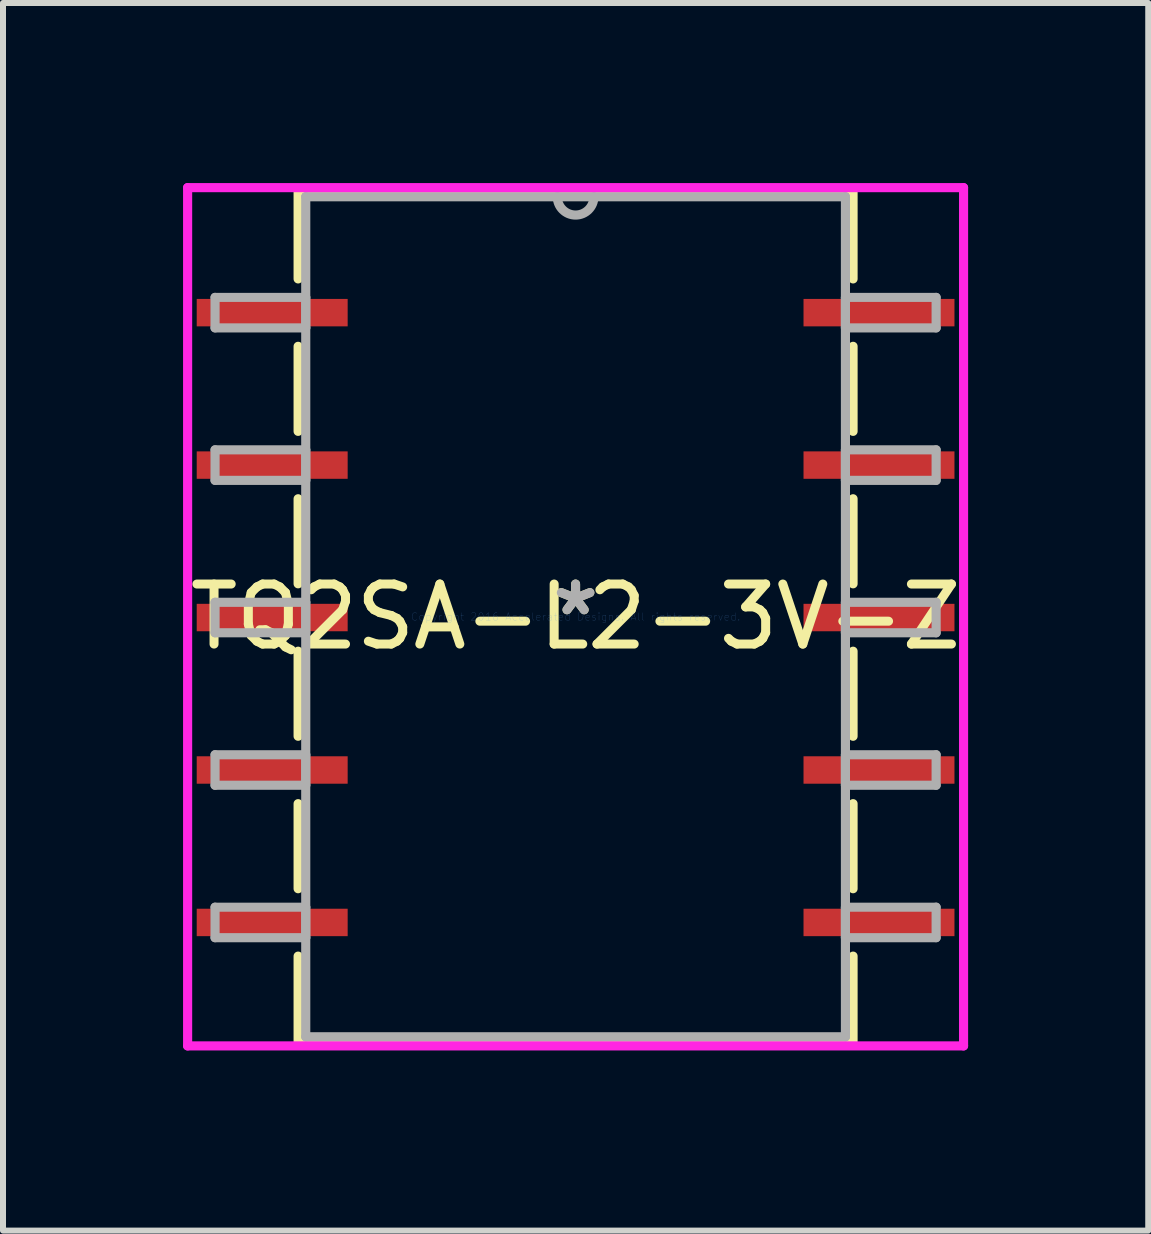
<source format=kicad_pcb>
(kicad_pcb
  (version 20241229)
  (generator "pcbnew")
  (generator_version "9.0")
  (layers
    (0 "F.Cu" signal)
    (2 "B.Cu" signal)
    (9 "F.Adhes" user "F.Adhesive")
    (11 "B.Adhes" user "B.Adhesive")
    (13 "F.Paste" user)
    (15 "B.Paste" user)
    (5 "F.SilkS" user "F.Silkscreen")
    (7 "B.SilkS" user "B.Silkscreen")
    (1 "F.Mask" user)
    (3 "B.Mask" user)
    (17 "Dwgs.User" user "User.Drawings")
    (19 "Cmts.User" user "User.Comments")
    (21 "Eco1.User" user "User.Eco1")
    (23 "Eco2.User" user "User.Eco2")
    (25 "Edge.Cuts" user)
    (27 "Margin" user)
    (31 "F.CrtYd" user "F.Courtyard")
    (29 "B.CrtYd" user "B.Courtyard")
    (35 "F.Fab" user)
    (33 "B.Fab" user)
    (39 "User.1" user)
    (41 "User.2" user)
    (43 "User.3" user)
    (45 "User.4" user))
  (footprint "TQ2SA-L2-3V-Z"
    (layer "F.Cu")
    (at 6.54 7.226)
    (property "Reference" "TQ2SA-L2-3V-Z" (at 0 0 0) (layer "F.SilkS") (effects (font (size 1 1) (thickness 0.15))))
    (attr through_hole)
    (fp_line (start -4.623 -7.125) (end -4.623 -5.629) (stroke (width 0.152) (type solid)) (layer "F.SilkS"))
    (fp_line (start -4.623 -4.506) (end -4.623 -3.089) (stroke (width 0.152) (type solid)) (layer "F.SilkS"))
    (fp_line (start -4.623 -1.966) (end -4.623 -0.549) (stroke (width 0.152) (type solid)) (layer "F.SilkS"))
    (fp_line (start -4.623 0.574) (end -4.623 1.991) (stroke (width 0.152) (type solid)) (layer "F.SilkS"))
    (fp_line (start -4.623 3.114) (end -4.623 4.531) (stroke (width 0.152) (type solid)) (layer "F.SilkS"))
    (fp_line (start -4.623 5.654) (end -4.623 7.125) (stroke (width 0.152) (type solid)) (layer "F.SilkS"))
    (fp_line (start -4.623 7.125) (end 4.623 7.125) (stroke (width 0.152) (type solid)) (layer "F.SilkS"))
    (fp_line (start 4.623 -7.125) (end -4.623 -7.125) (stroke (width 0.152) (type solid)) (layer "F.SilkS"))
    (fp_line (start 4.623 -5.629) (end 4.623 -7.125) (stroke (width 0.152) (type solid)) (layer "F.SilkS"))
    (fp_line (start 4.623 -3.089) (end 4.623 -4.506) (stroke (width 0.152) (type solid)) (layer "F.SilkS"))
    (fp_line (start 4.623 -0.549) (end 4.623 -1.966) (stroke (width 0.152) (type solid)) (layer "F.SilkS"))
    (fp_line (start 4.623 1.991) (end 4.623 0.574) (stroke (width 0.152) (type solid)) (layer "F.SilkS"))
    (fp_line (start 4.623 4.531) (end 4.623 3.114) (stroke (width 0.152) (type solid)) (layer "F.SilkS"))
    (fp_line (start 4.623 7.125) (end 4.623 5.654) (stroke (width 0.152) (type solid)) (layer "F.SilkS"))
    (fp_line (start -6.464 -7.15) (end 6.464 -7.15) (stroke (width 0.152) (type solid)) (layer "F.CrtYd"))
    (fp_line (start -6.464 7.15) (end -6.464 -7.15) (stroke (width 0.152) (type solid)) (layer "F.CrtYd"))
    (fp_line (start 6.464 -7.15) (end 6.464 7.15) (stroke (width 0.152) (type solid)) (layer "F.CrtYd"))
    (fp_line (start 6.464 7.15) (end -6.464 7.15) (stroke (width 0.152) (type solid)) (layer "F.CrtYd"))
    (fp_line (start -6.007 -5.321) (end -6.007 -4.813) (stroke (width 0.152) (type solid)) (layer "F.Fab"))
    (fp_line (start -6.007 -4.813) (end -4.496 -4.813) (stroke (width 0.152) (type solid)) (layer "F.Fab"))
    (fp_line (start -6.007 -2.781) (end -6.007 -2.273) (stroke (width 0.152) (type solid)) (layer "F.Fab"))
    (fp_line (start -6.007 -2.273) (end -4.496 -2.273) (stroke (width 0.152) (type solid)) (layer "F.Fab"))
    (fp_line (start -6.007 -0.241) (end -6.007 0.267) (stroke (width 0.152) (type solid)) (layer "F.Fab"))
    (fp_line (start -6.007 0.267) (end -4.496 0.267) (stroke (width 0.152) (type solid)) (layer "F.Fab"))
    (fp_line (start -6.007 2.299) (end -6.007 2.807) (stroke (width 0.152) (type solid)) (layer "F.Fab"))
    (fp_line (start -6.007 2.807) (end -4.496 2.807) (stroke (width 0.152) (type solid)) (layer "F.Fab"))
    (fp_line (start -6.007 4.839) (end -6.007 5.347) (stroke (width 0.152) (type solid)) (layer "F.Fab"))
    (fp_line (start -6.007 5.347) (end -4.496 5.347) (stroke (width 0.152) (type solid)) (layer "F.Fab"))
    (fp_line (start -4.496 -6.998) (end -4.496 6.998) (stroke (width 0.152) (type solid)) (layer "F.Fab"))
    (fp_line (start -4.496 -5.321) (end -6.007 -5.321) (stroke (width 0.152) (type solid)) (layer "F.Fab"))
    (fp_line (start -4.496 -4.813) (end -4.496 -5.321) (stroke (width 0.152) (type solid)) (layer "F.Fab"))
    (fp_line (start -4.496 -2.781) (end -6.007 -2.781) (stroke (width 0.152) (type solid)) (layer "F.Fab"))
    (fp_line (start -4.496 -2.273) (end -4.496 -2.781) (stroke (width 0.152) (type solid)) (layer "F.Fab"))
    (fp_line (start -4.496 -0.241) (end -6.007 -0.241) (stroke (width 0.152) (type solid)) (layer "F.Fab"))
    (fp_line (start -4.496 0.267) (end -4.496 -0.241) (stroke (width 0.152) (type solid)) (layer "F.Fab"))
    (fp_line (start -4.496 2.299) (end -6.007 2.299) (stroke (width 0.152) (type solid)) (layer "F.Fab"))
    (fp_line (start -4.496 2.807) (end -4.496 2.299) (stroke (width 0.152) (type solid)) (layer "F.Fab"))
    (fp_line (start -4.496 4.839) (end -6.007 4.839) (stroke (width 0.152) (type solid)) (layer "F.Fab"))
    (fp_line (start -4.496 5.347) (end -4.496 4.839) (stroke (width 0.152) (type solid)) (layer "F.Fab"))
    (fp_line (start -4.496 6.998) (end 4.496 6.998) (stroke (width 0.152) (type solid)) (layer "F.Fab"))
    (fp_line (start 4.496 -6.998) (end -4.496 -6.998) (stroke (width 0.152) (type solid)) (layer "F.Fab"))
    (fp_line (start 4.496 -5.321) (end 4.496 -4.813) (stroke (width 0.152) (type solid)) (layer "F.Fab"))
    (fp_line (start 4.496 -4.813) (end 6.007 -4.813) (stroke (width 0.152) (type solid)) (layer "F.Fab"))
    (fp_line (start 4.496 -2.781) (end 4.496 -2.273) (stroke (width 0.152) (type solid)) (layer "F.Fab"))
    (fp_line (start 4.496 -2.273) (end 6.007 -2.273) (stroke (width 0.152) (type solid)) (layer "F.Fab"))
    (fp_line (start 4.496 -0.241) (end 4.496 0.267) (stroke (width 0.152) (type solid)) (layer "F.Fab"))
    (fp_line (start 4.496 0.267) (end 6.007 0.267) (stroke (width 0.152) (type solid)) (layer "F.Fab"))
    (fp_line (start 4.496 2.299) (end 4.496 2.807) (stroke (width 0.152) (type solid)) (layer "F.Fab"))
    (fp_line (start 4.496 2.807) (end 6.007 2.807) (stroke (width 0.152) (type solid)) (layer "F.Fab"))
    (fp_line (start 4.496 4.839) (end 4.496 5.347) (stroke (width 0.152) (type solid)) (layer "F.Fab"))
    (fp_line (start 4.496 5.347) (end 6.007 5.347) (stroke (width 0.152) (type solid)) (layer "F.Fab"))
    (fp_line (start 4.496 6.998) (end 4.496 -6.998) (stroke (width 0.152) (type solid)) (layer "F.Fab"))
    (fp_line (start 6.007 -5.321) (end 4.496 -5.321) (stroke (width 0.152) (type solid)) (layer "F.Fab"))
    (fp_line (start 6.007 -4.813) (end 6.007 -5.321) (stroke (width 0.152) (type solid)) (layer "F.Fab"))
    (fp_line (start 6.007 -2.781) (end 4.496 -2.781) (stroke (width 0.152) (type solid)) (layer "F.Fab"))
    (fp_line (start 6.007 -2.273) (end 6.007 -2.781) (stroke (width 0.152) (type solid)) (layer "F.Fab"))
    (fp_line (start 6.007 -0.241) (end 4.496 -0.241) (stroke (width 0.152) (type solid)) (layer "F.Fab"))
    (fp_line (start 6.007 0.267) (end 6.007 -0.241) (stroke (width 0.152) (type solid)) (layer "F.Fab"))
    (fp_line (start 6.007 2.299) (end 4.496 2.299) (stroke (width 0.152) (type solid)) (layer "F.Fab"))
    (fp_line (start 6.007 2.807) (end 6.007 2.299) (stroke (width 0.152) (type solid)) (layer "F.Fab"))
    (fp_line (start 6.007 4.839) (end 4.496 4.839) (stroke (width 0.152) (type solid)) (layer "F.Fab"))
    (fp_line (start 6.007 5.347) (end 6.007 4.839) (stroke (width 0.152) (type solid)) (layer "F.Fab"))
    (fp_arc (start 0.3048 -6.9977) (mid 0 -6.6929) (end -0.3048 -6.9977) (stroke (width 0.1524) (type solid)) (layer "F.Fab"))
    (fp_text user "*" (at 0 0 0) (layer "F.SilkS") (effects (font (size 1 1) (thickness 0.15))))
    (fp_text user "Copyright 2016 Accelerated Designs. All rights reserved." (at 0 0 0) (layer "Cmts.User") (effects (font (size 0.127 0.127) (thickness 0.002))))
    (fp_text user "*" (at 0 0 0) (layer "F.Fab") (effects (font (size 1 1) (thickness 0.15))))
    (pad "1" smd rect (at -5.055 -5.067) (size 2.515 0.457) (layers "F.Cu" "F.Mask" "F.Paste"))
    (pad "2" smd rect (at -5.055 -2.527) (size 2.515 0.457) (layers "F.Cu" "F.Mask" "F.Paste"))
    (pad "3" smd rect (at -5.055 0.013) (size 2.515 0.457) (layers "F.Cu" "F.Mask" "F.Paste"))
    (pad "4" smd rect (at -5.055 2.553) (size 2.515 0.457) (layers "F.Cu" "F.Mask" "F.Paste"))
    (pad "5" smd rect (at -5.055 5.093) (size 2.515 0.457) (layers "F.Cu" "F.Mask" "F.Paste"))
    (pad "6" smd rect (at 5.055 5.093) (size 2.515 0.457) (layers "F.Cu" "F.Mask" "F.Paste"))
    (pad "7" smd rect (at 5.055 2.553) (size 2.515 0.457) (layers "F.Cu" "F.Mask" "F.Paste"))
    (pad "8" smd rect (at 5.055 0.013) (size 2.515 0.457) (layers "F.Cu" "F.Mask" "F.Paste"))
    (pad "9" smd rect (at 5.055 -2.527) (size 2.515 0.457) (layers "F.Cu" "F.Mask" "F.Paste"))
    (pad "10" smd rect (at 5.055 -5.067) (size 2.515 0.457) (layers "F.Cu" "F.Mask" "F.Paste")))
  (gr_rect
    (start -3 -3)
    (end 16.081 17.453)
    (stroke (width 0.1) (type default))
    (fill no)
    (layer "Edge.Cuts")))
</source>
